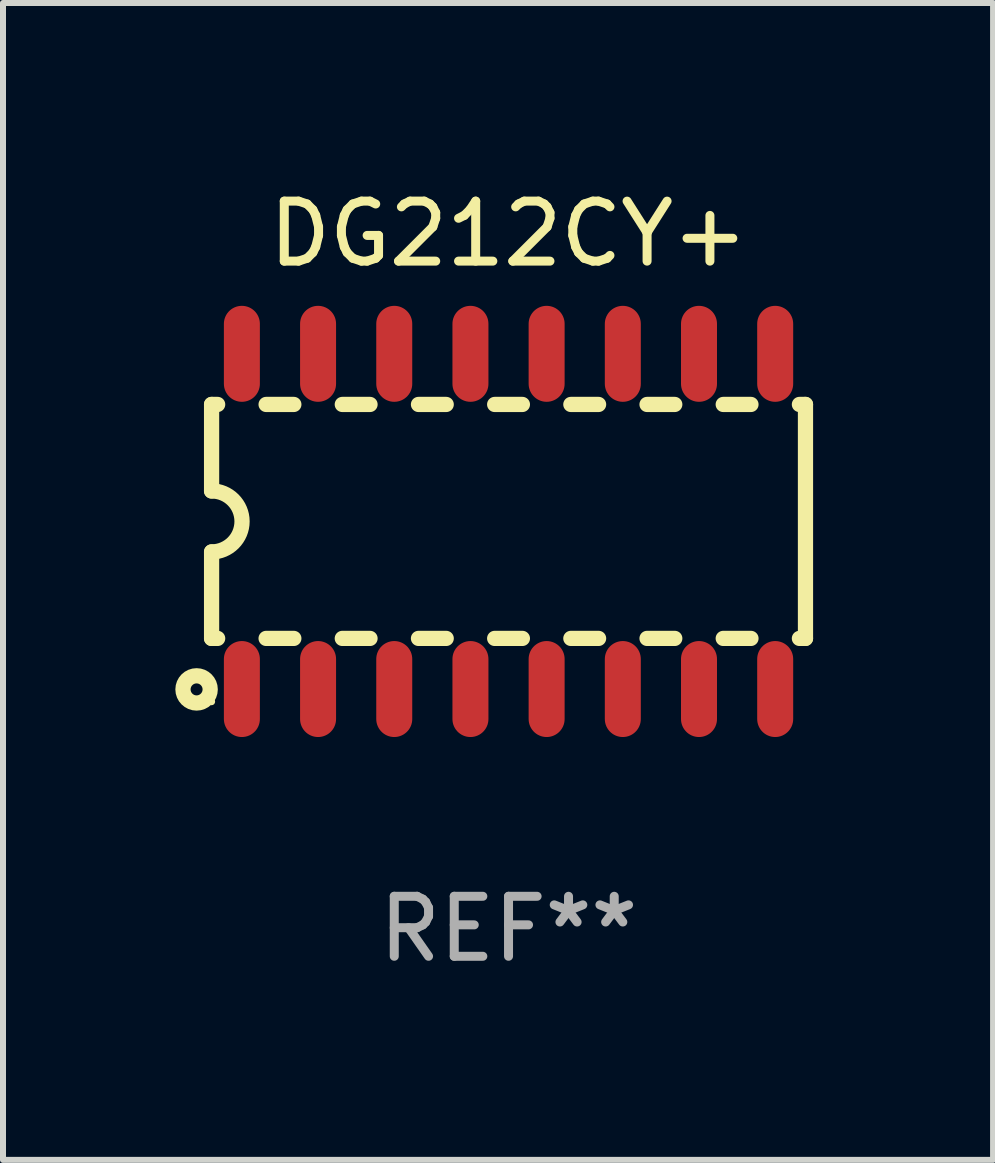
<source format=kicad_pcb>
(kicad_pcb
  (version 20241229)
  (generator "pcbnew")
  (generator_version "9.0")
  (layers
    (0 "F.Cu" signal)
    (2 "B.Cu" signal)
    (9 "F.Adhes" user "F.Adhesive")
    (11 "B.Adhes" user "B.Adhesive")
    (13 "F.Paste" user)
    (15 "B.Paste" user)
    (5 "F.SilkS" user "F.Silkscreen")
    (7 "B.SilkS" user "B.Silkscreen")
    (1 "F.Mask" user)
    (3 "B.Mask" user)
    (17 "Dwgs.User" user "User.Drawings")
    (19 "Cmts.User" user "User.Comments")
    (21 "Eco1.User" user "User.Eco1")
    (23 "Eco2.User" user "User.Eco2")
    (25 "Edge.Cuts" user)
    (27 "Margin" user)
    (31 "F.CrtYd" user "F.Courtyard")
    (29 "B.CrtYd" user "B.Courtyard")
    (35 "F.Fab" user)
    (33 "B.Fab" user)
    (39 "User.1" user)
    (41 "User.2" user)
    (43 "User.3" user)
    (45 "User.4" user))
  (footprint "DG212CY+"
    (layer "F.Cu")
    (at 5.427 5.642)
    (property "Reference" "DG212CY+" (at 0 -4.794 0) (layer "F.SilkS") (effects (font (size 1 1) (thickness 0.15))))
    (attr through_hole)
    (fp_line (start -4.95 -1.95) (end -4.95 -0.508) (stroke (width 0.254) (type solid)) (layer "F.SilkS"))
    (fp_line (start -4.95 -1.95) (end -4.849 -1.95) (stroke (width 0.254) (type solid)) (layer "F.SilkS"))
    (fp_line (start -4.95 1.95) (end -4.95 0.508) (stroke (width 0.254) (type solid)) (layer "F.SilkS"))
    (fp_line (start -4.95 1.95) (end -4.849 1.95) (stroke (width 0.254) (type solid)) (layer "F.SilkS"))
    (fp_line (start -4.041 -1.95) (end -3.579 -1.95) (stroke (width 0.254) (type solid)) (layer "F.SilkS"))
    (fp_line (start -4.041 1.95) (end -3.579 1.95) (stroke (width 0.254) (type solid)) (layer "F.SilkS"))
    (fp_line (start -2.771 -1.95) (end -2.309 -1.95) (stroke (width 0.254) (type solid)) (layer "F.SilkS"))
    (fp_line (start -2.771 1.95) (end -2.309 1.95) (stroke (width 0.254) (type solid)) (layer "F.SilkS"))
    (fp_line (start -1.501 -1.95) (end -1.039 -1.95) (stroke (width 0.254) (type solid)) (layer "F.SilkS"))
    (fp_line (start -1.501 1.95) (end -1.039 1.95) (stroke (width 0.254) (type solid)) (layer "F.SilkS"))
    (fp_line (start -0.231 -1.95) (end 0.231 -1.95) (stroke (width 0.254) (type solid)) (layer "F.SilkS"))
    (fp_line (start -0.231 1.95) (end 0.231 1.95) (stroke (width 0.254) (type solid)) (layer "F.SilkS"))
    (fp_line (start 1.039 -1.95) (end 1.501 -1.95) (stroke (width 0.254) (type solid)) (layer "F.SilkS"))
    (fp_line (start 1.039 1.95) (end 1.501 1.95) (stroke (width 0.254) (type solid)) (layer "F.SilkS"))
    (fp_line (start 2.309 -1.95) (end 2.771 -1.95) (stroke (width 0.254) (type solid)) (layer "F.SilkS"))
    (fp_line (start 2.309 1.95) (end 2.771 1.95) (stroke (width 0.254) (type solid)) (layer "F.SilkS"))
    (fp_line (start 3.579 -1.95) (end 4.041 -1.95) (stroke (width 0.254) (type solid)) (layer "F.SilkS"))
    (fp_line (start 3.579 1.95) (end 4.041 1.95) (stroke (width 0.254) (type solid)) (layer "F.SilkS"))
    (fp_line (start 4.849 -1.95) (end 4.95 -1.95) (stroke (width 0.254) (type solid)) (layer "F.SilkS"))
    (fp_line (start 4.849 1.95) (end 4.95 1.95) (stroke (width 0.254) (type solid)) (layer "F.SilkS"))
    (fp_line (start 4.95 -1.95) (end 4.95 1.95) (stroke (width 0.254) (type solid)) (layer "F.SilkS"))
    (fp_arc (start -4.95047 -0.508001) (mid -4.442469 -0.000228) (end -4.950013 0.508001) (stroke (width 0.254001) (type solid)) (layer "F.SilkS"))
    (fp_circle (center -5.2 2.8) (end -5.1 2.8) (stroke (width 0.254) (type solid)) (fill no) (layer "F.SilkS"))
    (fp_circle (center -4.951 3.004) (end -4.921 3.004) (stroke (width 0.06) (type solid)) (fill no) (layer "F.SilkS"))
    (fp_text user "REF**" (at 0 6.794 0) (layer "F.Fab") (effects (font (size 1 1) (thickness 0.15))))
    (pad "1" smd oval (at -4.445 2.794) (size 0.6 1.6) (layers "F.Cu" "F.Mask" "F.Paste"))
    (pad "2" smd oval (at -3.175 2.794) (size 0.6 1.6) (layers "F.Cu" "F.Mask" "F.Paste"))
    (pad "3" smd oval (at -1.905 2.794) (size 0.6 1.6) (layers "F.Cu" "F.Mask" "F.Paste"))
    (pad "4" smd oval (at -0.635 2.794) (size 0.6 1.6) (layers "F.Cu" "F.Mask" "F.Paste"))
    (pad "5" smd oval (at 0.635 2.794) (size 0.6 1.6) (layers "F.Cu" "F.Mask" "F.Paste"))
    (pad "6" smd oval (at 1.905 2.794) (size 0.6 1.6) (layers "F.Cu" "F.Mask" "F.Paste"))
    (pad "7" smd oval (at 3.175 2.794) (size 0.6 1.6) (layers "F.Cu" "F.Mask" "F.Paste"))
    (pad "8" smd oval (at 4.445 2.794) (size 0.6 1.6) (layers "F.Cu" "F.Mask" "F.Paste"))
    (pad "9" smd oval (at 4.445 -2.794) (size 0.6 1.6) (layers "F.Cu" "F.Mask" "F.Paste"))
    (pad "10" smd oval (at 3.175 -2.794) (size 0.6 1.6) (layers "F.Cu" "F.Mask" "F.Paste"))
    (pad "11" smd oval (at 1.905 -2.794) (size 0.6 1.6) (layers "F.Cu" "F.Mask" "F.Paste"))
    (pad "12" smd oval (at 0.635 -2.794) (size 0.6 1.6) (layers "F.Cu" "F.Mask" "F.Paste"))
    (pad "13" smd oval (at -0.635 -2.794) (size 0.6 1.6) (layers "F.Cu" "F.Mask" "F.Paste"))
    (pad "14" smd oval (at -1.905 -2.794) (size 0.6 1.6) (layers "F.Cu" "F.Mask" "F.Paste"))
    (pad "15" smd oval (at -3.175 -2.794) (size 0.6 1.6) (layers "F.Cu" "F.Mask" "F.Paste"))
    (pad "16" smd oval (at -4.445 -2.794) (size 0.6 1.6) (layers "F.Cu" "F.Mask" "F.Paste")))
  (gr_rect
    (start -3 -3)
    (end 13.504 16.285)
    (stroke (width 0.1) (type default))
    (fill no)
    (layer "Edge.Cuts")))
</source>
